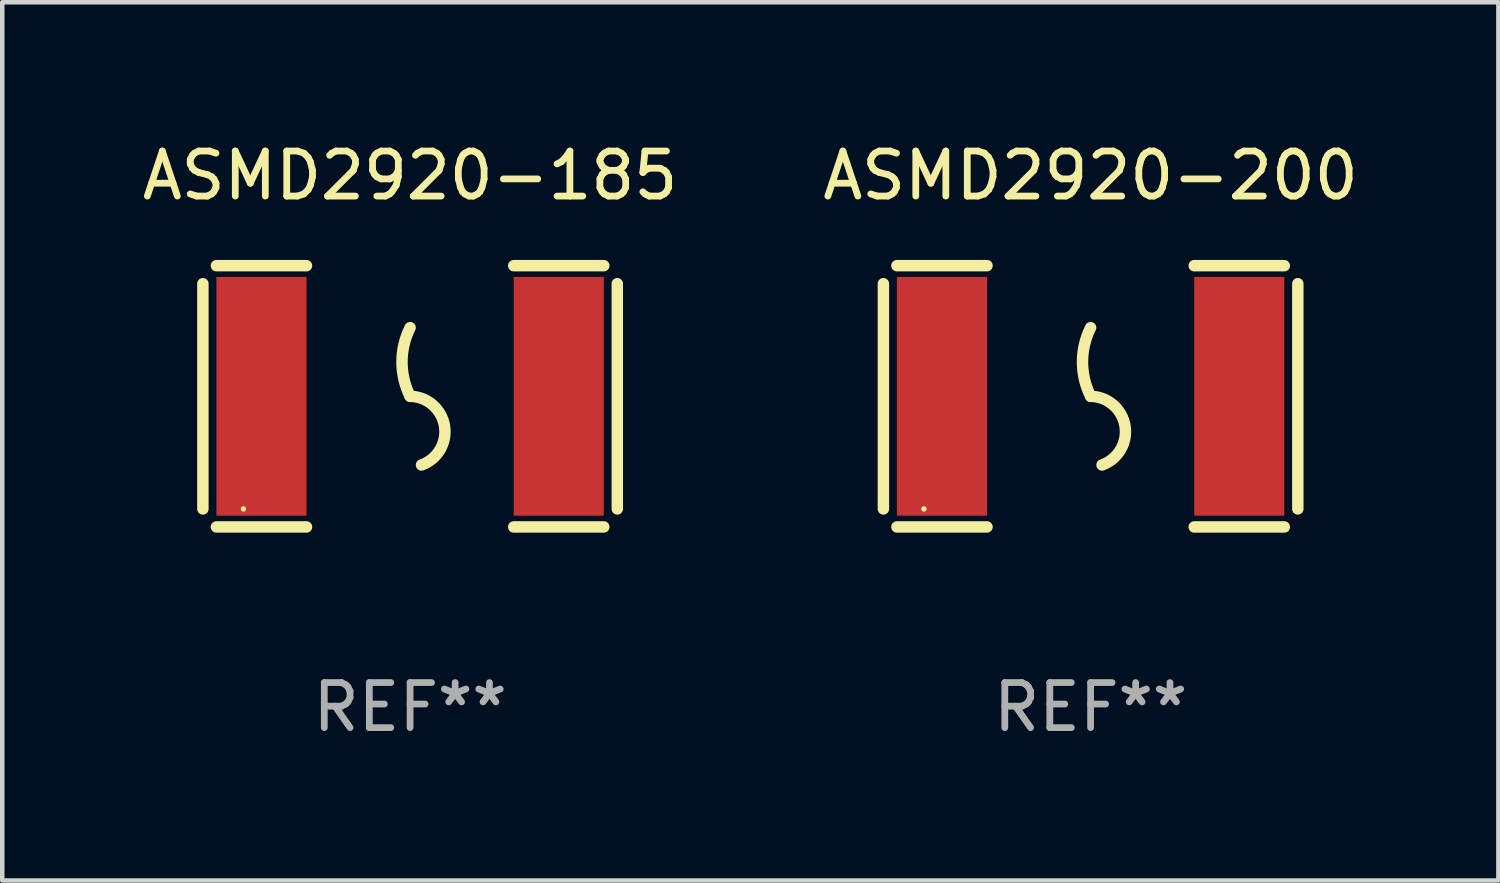
<source format=kicad_pcb>
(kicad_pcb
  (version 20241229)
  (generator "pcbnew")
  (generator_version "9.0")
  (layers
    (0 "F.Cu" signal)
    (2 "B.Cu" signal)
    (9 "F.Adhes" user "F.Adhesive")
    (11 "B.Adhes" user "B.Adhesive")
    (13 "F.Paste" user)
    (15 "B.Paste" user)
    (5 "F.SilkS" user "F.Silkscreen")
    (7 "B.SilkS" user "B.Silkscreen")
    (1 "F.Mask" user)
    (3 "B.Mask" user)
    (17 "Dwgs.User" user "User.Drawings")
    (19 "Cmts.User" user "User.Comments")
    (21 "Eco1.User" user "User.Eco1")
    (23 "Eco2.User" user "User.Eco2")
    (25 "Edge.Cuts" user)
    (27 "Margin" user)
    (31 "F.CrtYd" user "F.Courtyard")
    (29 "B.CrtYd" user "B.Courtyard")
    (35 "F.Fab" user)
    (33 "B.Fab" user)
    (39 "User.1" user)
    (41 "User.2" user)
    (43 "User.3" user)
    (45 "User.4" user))
  (footprint "ASMD2920-200"
    (layer "F.Cu")
    (at 21.161 5.748)
    (property "Reference" "ASMD2920-200" (at 0 -4.9 0) (layer "F.SilkS") (effects (font (size 1 1) (thickness 0.15))))
    (attr through_hole)
    (fp_line (start -4.6 -2.5) (end -4.6 2.5) (stroke (width 0.254) (type solid)) (layer "F.SilkS"))
    (fp_line (start -4.3 -2.9) (end -2.3 -2.9) (stroke (width 0.254) (type solid)) (layer "F.SilkS"))
    (fp_line (start -4.3 2.9) (end -2.3 2.9) (stroke (width 0.254) (type solid)) (layer "F.SilkS"))
    (fp_line (start 2.3 -2.9) (end 4.3 -2.9) (stroke (width 0.254) (type solid)) (layer "F.SilkS"))
    (fp_line (start 2.3 2.9) (end 4.3 2.9) (stroke (width 0.254) (type solid)) (layer "F.SilkS"))
    (fp_line (start 4.6 -2.5) (end 4.6 2.5) (stroke (width 0.254) (type solid)) (layer "F.SilkS"))
    (fp_arc (start 0 0) (mid -0.179884 -0.762002) (end 0 -1.524003) (stroke (width 0.254001) (type solid)) (layer "F.SilkS"))
    (fp_arc (start 0 0) (mid 0.763086 0.655987) (end 0.254001 1.524003) (stroke (width 0.254001) (type solid)) (layer "F.SilkS"))
    (fp_circle (center -3.7 2.5) (end -3.67 2.5) (stroke (width 0.06) (type solid)) (fill no) (layer "F.SilkS"))
    (fp_text user "REF**" (at 0 6.9 0) (layer "F.Fab") (effects (font (size 1 1) (thickness 0.15))))
    (pad "1" smd rect (at -3.3 0) (size 2 5.3) (layers "F.Cu" "F.Mask" "F.Paste"))
    (pad "2" smd rect (at 3.3 0) (size 2 5.3) (layers "F.Cu" "F.Mask" "F.Paste")))
  (footprint "ASMD2920-185"
    (layer "F.Cu")
    (at 6.054 5.748)
    (property "Reference" "ASMD2920-185" (at 0 -4.9 0) (layer "F.SilkS") (effects (font (size 1 1) (thickness 0.15))))
    (attr through_hole)
    (fp_line (start -4.6 -2.5) (end -4.6 2.5) (stroke (width 0.254) (type solid)) (layer "F.SilkS"))
    (fp_line (start -4.3 -2.9) (end -2.3 -2.9) (stroke (width 0.254) (type solid)) (layer "F.SilkS"))
    (fp_line (start -4.3 2.9) (end -2.3 2.9) (stroke (width 0.254) (type solid)) (layer "F.SilkS"))
    (fp_line (start 2.3 -2.9) (end 4.3 -2.9) (stroke (width 0.254) (type solid)) (layer "F.SilkS"))
    (fp_line (start 2.3 2.9) (end 4.3 2.9) (stroke (width 0.254) (type solid)) (layer "F.SilkS"))
    (fp_line (start 4.6 -2.5) (end 4.6 2.5) (stroke (width 0.254) (type solid)) (layer "F.SilkS"))
    (fp_arc (start 0 0) (mid -0.179884 -0.762002) (end 0 -1.524003) (stroke (width 0.254001) (type solid)) (layer "F.SilkS"))
    (fp_arc (start 0 0) (mid 0.763086 0.655987) (end 0.254001 1.524003) (stroke (width 0.254001) (type solid)) (layer "F.SilkS"))
    (fp_circle (center -3.7 2.5) (end -3.67 2.5) (stroke (width 0.06) (type solid)) (fill no) (layer "F.SilkS"))
    (fp_text user "REF**" (at 0 6.9 0) (layer "F.Fab") (effects (font (size 1 1) (thickness 0.15))))
    (pad "1" smd rect (at -3.3 0) (size 2 5.3) (layers "F.Cu" "F.Mask" "F.Paste"))
    (pad "2" smd rect (at 3.3 0) (size 2 5.3) (layers "F.Cu" "F.Mask" "F.Paste")))
  (gr_rect
    (start -3 -3)
    (end 30.214 16.497)
    (stroke (width 0.1) (type default))
    (fill no)
    (layer "Edge.Cuts")))
</source>
